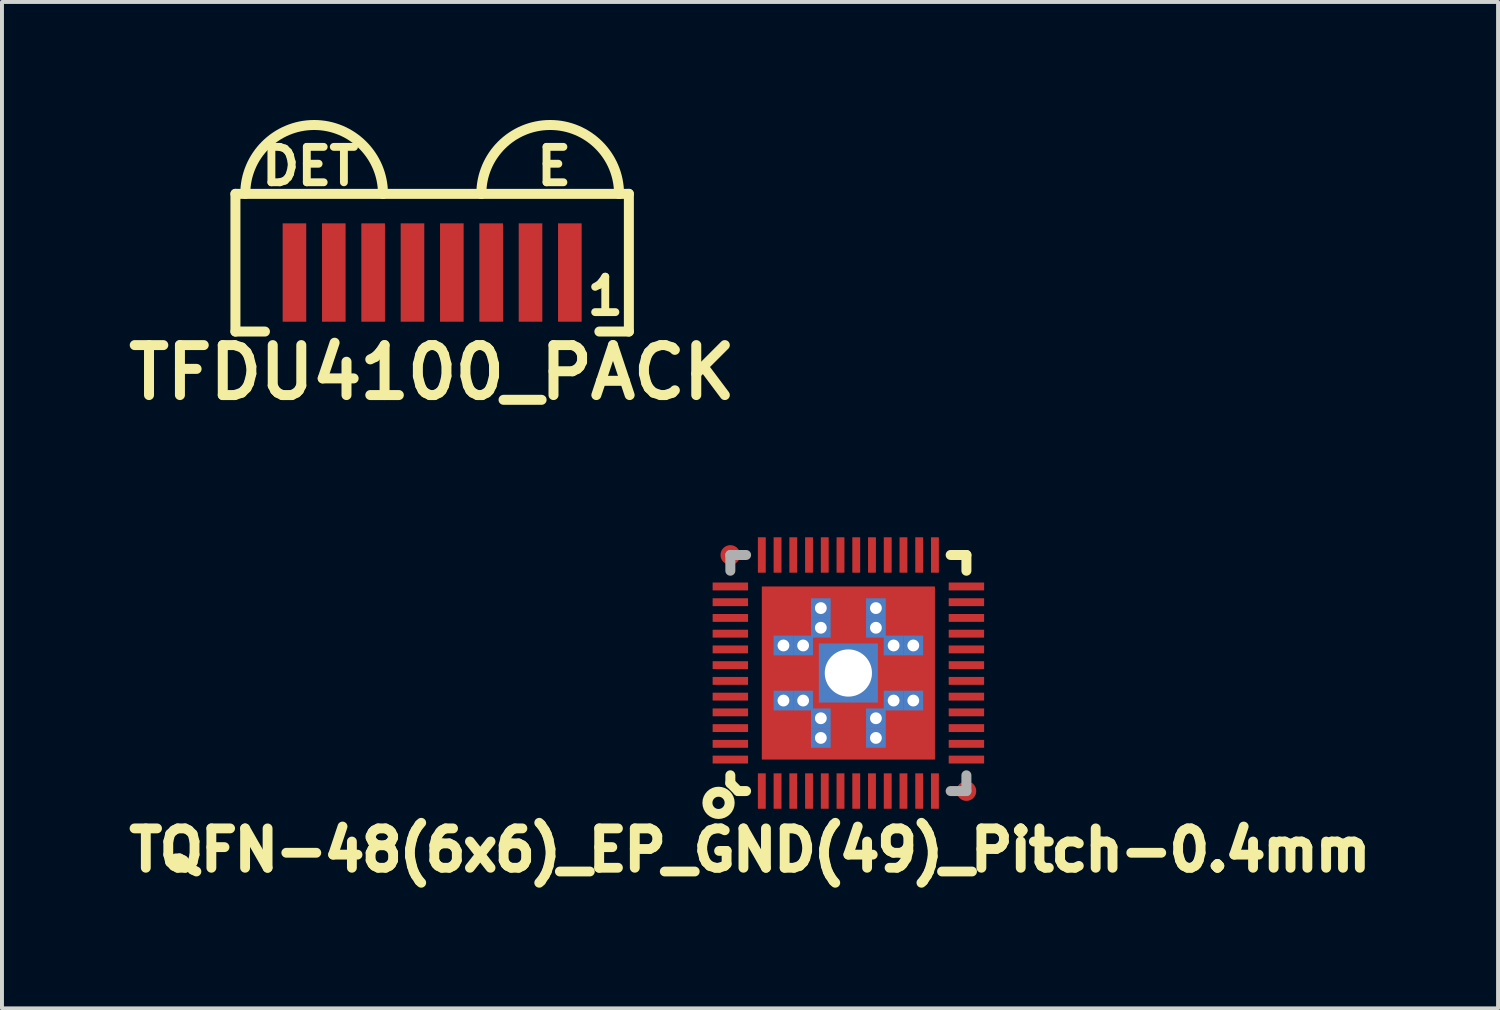
<source format=kicad_pcb>
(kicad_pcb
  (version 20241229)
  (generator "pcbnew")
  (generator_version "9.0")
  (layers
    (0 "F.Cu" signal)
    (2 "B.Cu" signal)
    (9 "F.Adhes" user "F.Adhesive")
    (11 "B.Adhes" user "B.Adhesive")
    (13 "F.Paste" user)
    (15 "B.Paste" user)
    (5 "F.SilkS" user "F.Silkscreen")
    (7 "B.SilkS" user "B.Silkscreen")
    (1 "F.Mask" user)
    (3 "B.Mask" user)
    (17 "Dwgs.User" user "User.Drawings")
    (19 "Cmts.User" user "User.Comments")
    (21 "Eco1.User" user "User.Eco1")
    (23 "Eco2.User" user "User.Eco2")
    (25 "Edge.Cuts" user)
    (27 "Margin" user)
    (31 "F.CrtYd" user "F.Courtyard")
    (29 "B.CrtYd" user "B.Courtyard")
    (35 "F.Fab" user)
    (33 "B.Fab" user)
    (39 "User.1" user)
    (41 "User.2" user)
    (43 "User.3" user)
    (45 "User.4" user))
  (footprint "TQFN-48(6x6)_EP_GND(49)_Pitch-0.4mm"
    (layer "F.Cu")
    (at 18.513 14.056)
    (property "Reference" "TQFN-48(6x6)_EP_GND(49)_Pitch-0.4mm" (at -2.5 4.5 0) (layer "F.SilkS") (effects (font (size 1 1) (thickness 0.25))))
    (attr smd)
    (fp_line (start -3 2.8) (end -3 2.6) (stroke (width 0.254) (type solid)) (layer "F.SilkS"))
    (fp_line (start -2.8 3) (end -3 2.8) (stroke (width 0.254) (type solid)) (layer "F.SilkS"))
    (fp_line (start -2.6 3) (end -2.8 3) (stroke (width 0.254) (type solid)) (layer "F.SilkS"))
    (fp_line (start 2.6 -3) (end 3 -3) (stroke (width 0.254) (type solid)) (layer "F.SilkS"))
    (fp_line (start 3 -3) (end 3 -2.6) (stroke (width 0.254) (type solid)) (layer "F.SilkS"))
    (fp_circle (center -3.3 3.3) (end -3.5 3.5) (stroke (width 0.254) (type solid)) (fill no) (layer "F.SilkS"))
    (fp_line (start -3 -3) (end -2.6 -3) (stroke (width 0.254) (type solid)) (layer "F.Fab"))
    (fp_line (start -3 -2.6) (end -3 -3) (stroke (width 0.254) (type solid)) (layer "F.Fab"))
    (fp_line (start 3 2.6) (end 3 3) (stroke (width 0.254) (type solid)) (layer "F.Fab"))
    (fp_line (start 3 3) (end 2.6 3) (stroke (width 0.254) (type solid)) (layer "F.Fab"))
    (pad "" smd rect (at -1.4 -1.4) (size 1 1) (layers "F.Paste"))
    (pad "" smd rect (at -1.4 0) (size 1 1) (layers "F.Paste"))
    (pad "" smd rect (at -1.4 1.4) (size 1 1) (layers "F.Paste"))
    (pad "" smd rect (at 0 -1.4) (size 1 1) (layers "F.Paste"))
    (pad "" smd rect (at 0 1.4) (size 1 1) (layers "F.Paste"))
    (pad "" smd rect (at 1.4 -1.4) (size 1 1) (layers "F.Paste"))
    (pad "" smd rect (at 1.4 0) (size 1 1) (layers "F.Paste"))
    (pad "" smd rect (at 1.4 1.4) (size 1 1) (layers "F.Paste"))
    (pad "1" smd rect (at -2.2 3) (size 0.2 0.9) (layers "F.Cu" "F.Mask" "F.Paste"))
    (pad "2" smd rect (at -1.8 3) (size 0.2 0.9) (layers "F.Cu" "F.Mask" "F.Paste"))
    (pad "3" smd rect (at -1.4 3) (size 0.2 0.9) (layers "F.Cu" "F.Mask" "F.Paste"))
    (pad "4" smd rect (at -1 3) (size 0.2 0.9) (layers "F.Cu" "F.Mask" "F.Paste"))
    (pad "5" smd rect (at -0.6 3) (size 0.2 0.9) (layers "F.Cu" "F.Mask" "F.Paste"))
    (pad "6" smd rect (at -0.2 3) (size 0.2 0.9) (layers "F.Cu" "F.Mask" "F.Paste"))
    (pad "7" smd rect (at 0.2 3) (size 0.2 0.9) (layers "F.Cu" "F.Mask" "F.Paste"))
    (pad "8" smd rect (at 0.6 3) (size 0.2 0.9) (layers "F.Cu" "F.Mask" "F.Paste"))
    (pad "9" smd rect (at 1 3) (size 0.2 0.9) (layers "F.Cu" "F.Mask" "F.Paste"))
    (pad "10" smd rect (at 1.4 3) (size 0.2 0.9) (layers "F.Cu" "F.Mask" "F.Paste"))
    (pad "11" smd rect (at 1.8 3) (size 0.2 0.9) (layers "F.Cu" "F.Mask" "F.Paste"))
    (pad "12" smd rect (at 2.2 3) (size 0.2 0.9) (layers "F.Cu" "F.Mask" "F.Paste"))
    (pad "13" smd rect (at 3 2.2 90) (size 0.2 0.9) (layers "F.Cu" "F.Mask" "F.Paste"))
    (pad "14" smd rect (at 3 1.8 90) (size 0.2 0.9) (layers "F.Cu" "F.Mask" "F.Paste"))
    (pad "15" smd rect (at 3 1.4 90) (size 0.2 0.9) (layers "F.Cu" "F.Mask" "F.Paste"))
    (pad "16" smd rect (at 3 1 90) (size 0.2 0.9) (layers "F.Cu" "F.Mask" "F.Paste"))
    (pad "17" smd rect (at 3 0.6 90) (size 0.2 0.9) (layers "F.Cu" "F.Mask" "F.Paste"))
    (pad "18" smd rect (at 3 0.2 90) (size 0.2 0.9) (layers "F.Cu" "F.Mask" "F.Paste"))
    (pad "19" smd rect (at 3 -0.2 90) (size 0.2 0.9) (layers "F.Cu" "F.Mask" "F.Paste"))
    (pad "20" smd rect (at 3 -0.6 90) (size 0.2 0.9) (layers "F.Cu" "F.Mask" "F.Paste"))
    (pad "21" smd rect (at 3 -1 90) (size 0.2 0.9) (layers "F.Cu" "F.Mask" "F.Paste"))
    (pad "22" smd rect (at 3 -1.4 90) (size 0.2 0.9) (layers "F.Cu" "F.Mask" "F.Paste"))
    (pad "23" smd rect (at 3 -1.8 90) (size 0.2 0.9) (layers "F.Cu" "F.Mask" "F.Paste"))
    (pad "24" smd rect (at 3 -2.2 90) (size 0.2 0.9) (layers "F.Cu" "F.Mask" "F.Paste"))
    (pad "25" smd rect (at 2.2 -3 180) (size 0.2 0.9) (layers "F.Cu" "F.Mask" "F.Paste"))
    (pad "26" smd rect (at 1.8 -3 180) (size 0.2 0.9) (layers "F.Cu" "F.Mask" "F.Paste"))
    (pad "27" smd rect (at 1.4 -3 180) (size 0.2 0.9) (layers "F.Cu" "F.Mask" "F.Paste"))
    (pad "28" smd rect (at 1 -3 180) (size 0.2 0.9) (layers "F.Cu" "F.Mask" "F.Paste"))
    (pad "29" smd rect (at 0.6 -3 180) (size 0.2 0.9) (layers "F.Cu" "F.Mask" "F.Paste"))
    (pad "30" smd rect (at 0.2 -3 180) (size 0.2 0.9) (layers "F.Cu" "F.Mask" "F.Paste"))
    (pad "31" smd rect (at -0.2 -3 180) (size 0.2 0.9) (layers "F.Cu" "F.Mask" "F.Paste"))
    (pad "32" smd rect (at -0.6 -3 180) (size 0.2 0.9) (layers "F.Cu" "F.Mask" "F.Paste"))
    (pad "33" smd rect (at -1 -3 180) (size 0.2 0.9) (layers "F.Cu" "F.Mask" "F.Paste"))
    (pad "34" smd rect (at -1.4 -3 180) (size 0.2 0.9) (layers "F.Cu" "F.Mask" "F.Paste"))
    (pad "35" smd rect (at -1.8 -3 180) (size 0.2 0.9) (layers "F.Cu" "F.Mask" "F.Paste"))
    (pad "36" smd rect (at -2.2 -3 180) (size 0.2 0.9) (layers "F.Cu" "F.Mask" "F.Paste"))
    (pad "37" smd rect (at -3 -2.2 270) (size 0.2 0.9) (layers "F.Cu" "F.Mask" "F.Paste"))
    (pad "38" smd rect (at -3 -1.8 270) (size 0.2 0.9) (layers "F.Cu" "F.Mask" "F.Paste"))
    (pad "39" smd rect (at -3 -1.4 270) (size 0.2 0.9) (layers "F.Cu" "F.Mask" "F.Paste"))
    (pad "40" smd rect (at -3 -1 270) (size 0.2 0.9) (layers "F.Cu" "F.Mask" "F.Paste"))
    (pad "41" smd rect (at -3 -0.6 270) (size 0.2 0.9) (layers "F.Cu" "F.Mask" "F.Paste"))
    (pad "42" smd rect (at -3 -0.2 270) (size 0.2 0.9) (layers "F.Cu" "F.Mask" "F.Paste"))
    (pad "43" smd rect (at -3 0.2 270) (size 0.2 0.9) (layers "F.Cu" "F.Mask" "F.Paste"))
    (pad "44" smd rect (at -3 0.6 270) (size 0.2 0.9) (layers "F.Cu" "F.Mask" "F.Paste"))
    (pad "45" smd rect (at -3 1 270) (size 0.2 0.9) (layers "F.Cu" "F.Mask" "F.Paste"))
    (pad "46" smd rect (at -3 1.4 270) (size 0.2 0.9) (layers "F.Cu" "F.Mask" "F.Paste"))
    (pad "47" smd rect (at -3 1.8 270) (size 0.2 0.9) (layers "F.Cu" "F.Mask" "F.Paste"))
    (pad "48" smd rect (at -3 2.2 270) (size 0.2 0.9) (layers "F.Cu" "F.Mask" "F.Paste"))
    (pad "49" thru_hole rect (at -1.65 -0.7) (size 0.5 0.5) (drill 0.3) (layers "*.Cu" "F.Mask"))
    (pad "49" thru_hole rect (at -1.65 0.7) (size 0.5 0.5) (drill 0.3) (layers "*.Cu" "F.Mask"))
    (pad "49" thru_hole rect (at -1.15 -0.7) (size 0.5 0.5) (drill 0.3) (layers "*.Cu" "F.Mask"))
    (pad "49" thru_hole rect (at -1.15 0.7) (size 0.5 0.5) (drill 0.3) (layers "*.Cu" "F.Mask"))
    (pad "49" thru_hole rect (at -0.7 -1.65 90) (size 0.5 0.5) (drill 0.3) (layers "*.Cu" "F.Mask"))
    (pad "49" thru_hole rect (at -0.7 -1.15 90) (size 0.5 0.5) (drill 0.3) (layers "*.Cu" "F.Mask"))
    (pad "49" thru_hole rect (at -0.7 1.15 90) (size 0.5 0.5) (drill 0.3) (layers "*.Cu" "F.Mask"))
    (pad "49" thru_hole rect (at -0.7 1.65 90) (size 0.5 0.5) (drill 0.3) (layers "*.Cu" "F.Mask"))
    (pad "49" thru_hole rect (at 0 0) (size 1.5 1.5) (drill 1.2) (layers "*.Cu" "F.Mask"))
    (pad "49" smd rect (at 0 0) (size 4.4 4.4) (layers "F.Cu" "F.Mask"))
    (pad "49" thru_hole rect (at 0.7 -1.65 90) (size 0.5 0.5) (drill 0.3) (layers "*.Cu" "F.Mask"))
    (pad "49" thru_hole rect (at 0.7 -1.15 90) (size 0.5 0.5) (drill 0.3) (layers "*.Cu" "F.Mask"))
    (pad "49" thru_hole rect (at 0.7 1.15 90) (size 0.5 0.5) (drill 0.3) (layers "*.Cu" "F.Mask"))
    (pad "49" thru_hole rect (at 0.7 1.65 90) (size 0.5 0.5) (drill 0.3) (layers "*.Cu" "F.Mask"))
    (pad "49" thru_hole rect (at 1.15 -0.7) (size 0.5 0.5) (drill 0.3) (layers "*.Cu" "F.Mask"))
    (pad "49" thru_hole rect (at 1.15 0.7) (size 0.5 0.5) (drill 0.3) (layers "*.Cu" "F.Mask"))
    (pad "49" thru_hole rect (at 1.65 -0.7) (size 0.5 0.5) (drill 0.3) (layers "*.Cu" "F.Mask"))
    (pad "49" thru_hole rect (at 1.65 0.7) (size 0.5 0.5) (drill 0.3) (layers "*.Cu" "F.Mask"))
    (pad "FID1" smd circle (at 3 3) (size 0.5 0.5) (layers "F.Cu" "F.Mask"))
    (pad "FID2" smd circle (at -3 -3) (size 0.5 0.5) (layers "F.Cu" "F.Mask")))
  (footprint "TFDU4100_PACK"
    (layer "F.Cu")
    (at 7.934 3.877)
    (property "Reference" "TFDU4100_PACK" (at 0 2.54 0) (layer "F.SilkS") (effects (font (size 1.27 1.27) (thickness 0.254))))
    (attr smd)
    (fp_line (start -5 -2) (end -1.25 -2) (stroke (width 0.254) (type solid)) (layer "F.SilkS"))
    (fp_line (start -5 1.5) (end -5 -2) (stroke (width 0.254) (type solid)) (layer "F.SilkS"))
    (fp_line (start -4.25 1.5) (end -5 1.5) (stroke (width 0.254) (type solid)) (layer "F.SilkS"))
    (fp_line (start -1.25 -2) (end 1.25 -2) (stroke (width 0.254) (type solid)) (layer "F.SilkS"))
    (fp_line (start 1.25 -2) (end 4.75 -2) (stroke (width 0.254) (type solid)) (layer "F.SilkS"))
    (fp_line (start 4.75 -2) (end 5 -2) (stroke (width 0.254) (type solid)) (layer "F.SilkS"))
    (fp_line (start 5 -2) (end 5 1.5) (stroke (width 0.254) (type solid)) (layer "F.SilkS"))
    (fp_line (start 5 1.5) (end 4.25 1.5) (stroke (width 0.254) (type solid)) (layer "F.SilkS"))
    (fp_arc (start -4.75 -2) (mid -3 -3.75) (end -1.25 -2) (stroke (width 0.254) (type solid)) (layer "F.SilkS"))
    (fp_arc (start 1.25 -2) (mid 3 -3.75) (end 4.75 -2) (stroke (width 0.254) (type solid)) (layer "F.SilkS"))
    (fp_text user "1" (at 4.4 0.6 0) (layer "F.SilkS") (effects (font (size 0.9 0.9) (thickness 0.2))))
    (fp_text user "DET" (at -3.1 -2.7 0) (layer "F.SilkS") (effects (font (size 0.9 0.9) (thickness 0.2))))
    (fp_text user "E" (at 3.1 -2.7 0) (layer "F.SilkS") (effects (font (size 0.9 0.9) (thickness 0.2))))
    (pad "1" smd rect (at 3.5 0 180) (size 0.6 2.5) (layers "F.Cu" "F.Mask" "F.Paste"))
    (pad "2" smd rect (at 2.5 0 180) (size 0.6 2.5) (layers "F.Cu" "F.Mask" "F.Paste"))
    (pad "3" smd rect (at 1.5 0 180) (size 0.6 2.5) (layers "F.Cu" "F.Mask" "F.Paste"))
    (pad "4" smd rect (at 0.5 0 180) (size 0.6 2.5) (layers "F.Cu" "F.Mask" "F.Paste"))
    (pad "5" smd rect (at -0.5 0 180) (size 0.6 2.5) (layers "F.Cu" "F.Mask" "F.Paste"))
    (pad "6" smd rect (at -1.5 0 180) (size 0.6 2.5) (layers "F.Cu" "F.Mask" "F.Paste"))
    (pad "7" smd rect (at -2.5 0 180) (size 0.6 2.5) (layers "F.Cu" "F.Mask" "F.Paste"))
    (pad "8" smd rect (at -3.5 0 180) (size 0.6 2.5) (layers "F.Cu" "F.Mask" "F.Paste")))
  (gr_rect
    (start -3 -3)
    (end 35.026 22.579)
    (stroke (width 0.1) (type default))
    (fill no)
    (layer "Edge.Cuts")))
</source>
